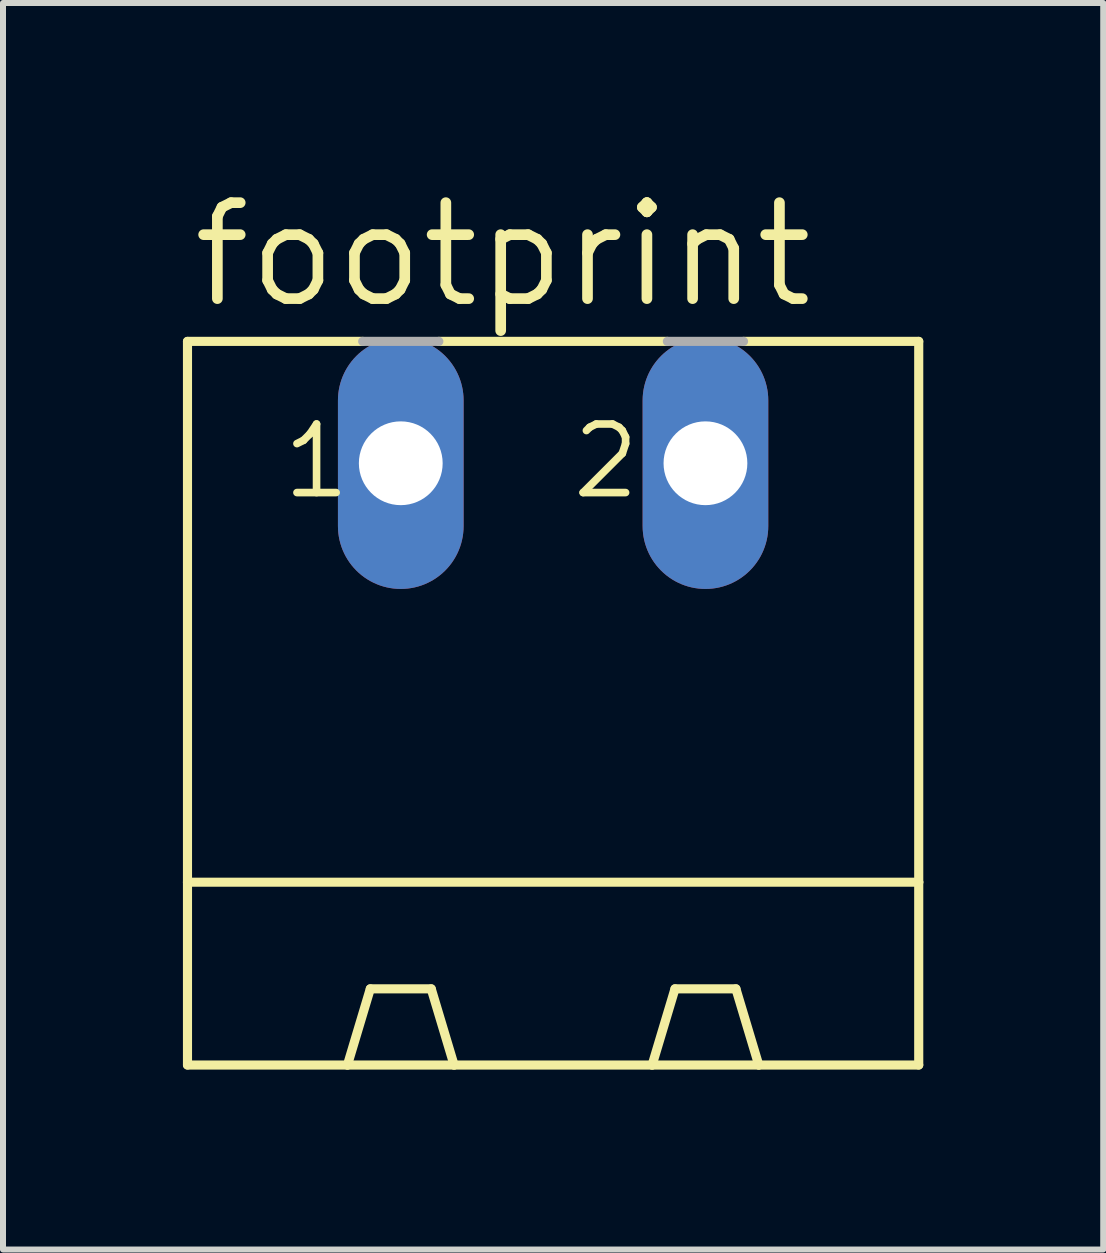
<source format=kicad_pcb>
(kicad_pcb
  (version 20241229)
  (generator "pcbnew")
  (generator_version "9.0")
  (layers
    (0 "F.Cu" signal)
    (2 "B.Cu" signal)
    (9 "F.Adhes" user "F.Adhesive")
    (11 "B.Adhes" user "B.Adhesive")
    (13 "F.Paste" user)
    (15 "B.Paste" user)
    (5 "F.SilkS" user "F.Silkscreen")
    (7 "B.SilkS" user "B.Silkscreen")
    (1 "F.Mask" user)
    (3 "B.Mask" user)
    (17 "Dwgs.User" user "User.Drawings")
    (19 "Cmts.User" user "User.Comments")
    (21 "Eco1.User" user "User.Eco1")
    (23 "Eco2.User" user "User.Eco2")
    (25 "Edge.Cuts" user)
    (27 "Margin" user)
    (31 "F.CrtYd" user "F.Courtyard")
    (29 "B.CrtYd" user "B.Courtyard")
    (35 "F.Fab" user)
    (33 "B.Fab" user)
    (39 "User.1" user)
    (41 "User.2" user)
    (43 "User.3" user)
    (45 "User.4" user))
  (footprint "footprint"
    (layer "F.Cu")
    (at 6.172 9.754)
    (property "Reference" "footprint" (at -6.096 -7.62 0) (layer "F.SilkS") (effects (font (size 1.6 1.6) (thickness 0.178)) (justify left bottom)))
    (fp_line (start -6.096 -7.112) (end -6.096 1.905) (stroke (width 0.152) (type solid)) (layer "F.SilkS"))
    (fp_line (start -6.096 -7.112) (end -3.175 -7.112) (stroke (width 0.152) (type solid)) (layer "F.SilkS"))
    (fp_line (start -6.096 1.905) (end -6.096 4.953) (stroke (width 0.152) (type solid)) (layer "F.SilkS"))
    (fp_line (start -6.096 1.905) (end 6.096 1.905) (stroke (width 0.152) (type solid)) (layer "F.SilkS"))
    (fp_line (start -6.096 4.953) (end -3.429 4.953) (stroke (width 0.152) (type solid)) (layer "F.SilkS"))
    (fp_line (start -3.429 4.953) (end -3.048 3.683) (stroke (width 0.152) (type solid)) (layer "F.SilkS"))
    (fp_line (start -3.429 4.953) (end -1.651 4.953) (stroke (width 0.152) (type solid)) (layer "F.SilkS"))
    (fp_line (start -2.032 3.683) (end -3.048 3.683) (stroke (width 0.152) (type solid)) (layer "F.SilkS"))
    (fp_line (start -1.905 -7.112) (end 1.905 -7.112) (stroke (width 0.152) (type solid)) (layer "F.SilkS"))
    (fp_line (start -1.651 4.953) (end -2.032 3.683) (stroke (width 0.152) (type solid)) (layer "F.SilkS"))
    (fp_line (start -1.651 4.953) (end 1.651 4.953) (stroke (width 0.152) (type solid)) (layer "F.SilkS"))
    (fp_line (start 1.651 4.953) (end 2.032 3.683) (stroke (width 0.152) (type solid)) (layer "F.SilkS"))
    (fp_line (start 1.651 4.953) (end 3.429 4.953) (stroke (width 0.152) (type solid)) (layer "F.SilkS"))
    (fp_line (start 2.032 3.683) (end 3.048 3.683) (stroke (width 0.152) (type solid)) (layer "F.SilkS"))
    (fp_line (start 3.175 -7.112) (end 6.096 -7.112) (stroke (width 0.152) (type solid)) (layer "F.SilkS"))
    (fp_line (start 3.429 4.953) (end 3.048 3.683) (stroke (width 0.152) (type solid)) (layer "F.SilkS"))
    (fp_line (start 3.429 4.953) (end 6.096 4.953) (stroke (width 0.152) (type solid)) (layer "F.SilkS"))
    (fp_line (start 6.096 -7.112) (end 6.096 1.905) (stroke (width 0.152) (type solid)) (layer "F.SilkS"))
    (fp_line (start 6.096 1.905) (end 6.096 4.953) (stroke (width 0.152) (type solid)) (layer "F.SilkS"))
    (fp_line (start -3.175 -7.112) (end -1.905 -7.112) (stroke (width 0.152) (type solid)) (layer "F.Fab"))
    (fp_line (start 1.905 -7.112) (end 3.175 -7.112) (stroke (width 0.152) (type solid)) (layer "F.Fab"))
    (fp_text user "2" (at 0.254 -4.445 0) (layer "F.SilkS") (effects (font (size 1.143 1.143) (thickness 0.127)) (justify left bottom)))
    (fp_text user "1" (at -4.572 -4.445 0) (layer "F.SilkS") (effects (font (size 1.143 1.143) (thickness 0.127)) (justify left bottom)))
    (pad "1" thru_hole oval (at -2.54 -5.08 90) (size 4.191 2.095) (drill 1.397) (layers "*.Cu" "*.Mask"))
    (pad "2" thru_hole oval (at 2.54 -5.08 90) (size 4.191 2.095) (drill 1.397) (layers "*.Cu" "*.Mask")))
  (gr_rect
    (start -3 -3)
    (end 15.344 17.783)
    (stroke (width 0.1) (type default))
    (fill no)
    (layer "Edge.Cuts")))
</source>
